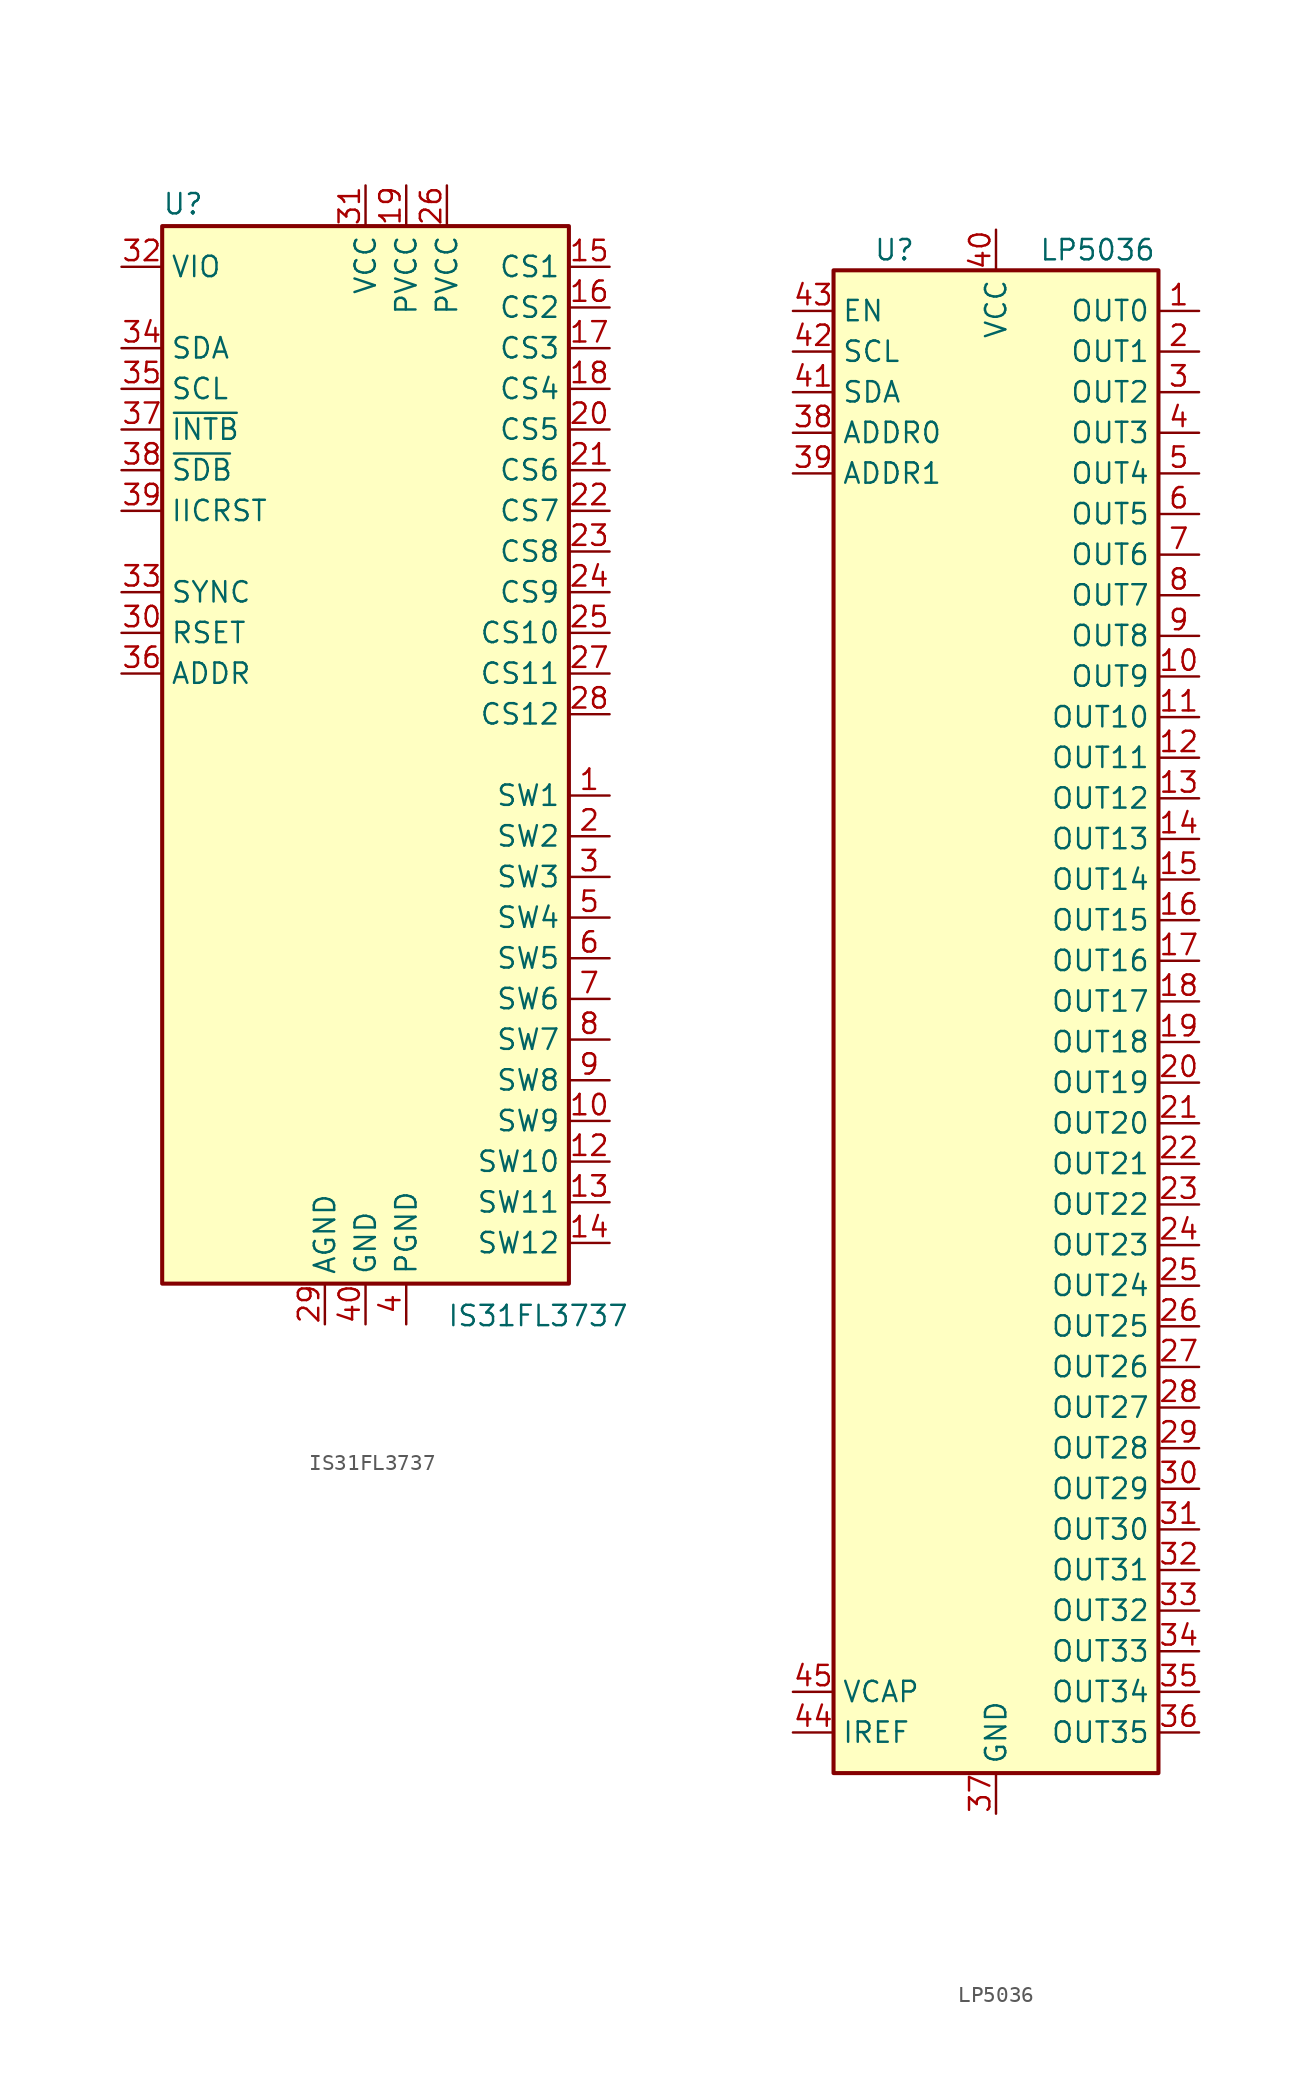
<source format=kicad_sym>
(kicad_symbol_lib
  (version 20201005)
  (generator kicad_symbol_editor)
  (symbol "IS31FL3737"
    (property "Reference" "U"
      (at -12.7 33.655 0)
      (effects (font (size 1.27 1.27)) (justify left bottom)))
    (property "Value" "IS31FL3737"
      (at 5.08 -34.29 0)
      (effects (font (size 1.27 1.27)) (justify left top)))
    (symbol "IS31FL3737_0_1"
      (rectangle (start -12.7 33.02) (end 12.7 -33.02) (stroke (width 0.254)) (fill (type background))))
    (symbol "IS31FL3737_1_1"
      (pin input line (at 15.24 -2.54 180) (length 2.54) (name "SW1" (effects (font (size 1.27 1.27)))) (number "1" (effects (font (size 1.27 1.27)))))
      (pin input line (at 15.24 -22.86 180) (length 2.54) (name "SW9" (effects (font (size 1.27 1.27)))) (number "10" (effects (font (size 1.27 1.27)))))
      (pin passive line (at 2.54 -35.56 90) (length 2.54) hide (name "PGND" (effects (font (size 1.27 1.27)))) (number "11" (effects (font (size 1.27 1.27)))))
      (pin input line (at 15.24 -25.4 180) (length 2.54) (name "SW10" (effects (font (size 1.27 1.27)))) (number "12" (effects (font (size 1.27 1.27)))))
      (pin input line (at 15.24 -27.94 180) (length 2.54) (name "SW11" (effects (font (size 1.27 1.27)))) (number "13" (effects (font (size 1.27 1.27)))))
      (pin input line (at 15.24 -30.48 180) (length 2.54) (name "SW12" (effects (font (size 1.27 1.27)))) (number "14" (effects (font (size 1.27 1.27)))))
      (pin output line (at 15.24 30.48 180) (length 2.54) (name "CS1" (effects (font (size 1.27 1.27)))) (number "15" (effects (font (size 1.27 1.27)))))
      (pin output line (at 15.24 27.94 180) (length 2.54) (name "CS2" (effects (font (size 1.27 1.27)))) (number "16" (effects (font (size 1.27 1.27)))))
      (pin output line (at 15.24 25.4 180) (length 2.54) (name "CS3" (effects (font (size 1.27 1.27)))) (number "17" (effects (font (size 1.27 1.27)))))
      (pin output line (at 15.24 22.86 180) (length 2.54) (name "CS4" (effects (font (size 1.27 1.27)))) (number "18" (effects (font (size 1.27 1.27)))))
      (pin power_in line (at 2.54 35.56 270) (length 2.54) (name "PVCC" (effects (font (size 1.27 1.27)))) (number "19" (effects (font (size 1.27 1.27)))))
      (pin input line (at 15.24 -5.08 180) (length 2.54) (name "SW2" (effects (font (size 1.27 1.27)))) (number "2" (effects (font (size 1.27 1.27)))))
      (pin output line (at 15.24 20.32 180) (length 2.54) (name "CS5" (effects (font (size 1.27 1.27)))) (number "20" (effects (font (size 1.27 1.27)))))
      (pin output line (at 15.24 17.78 180) (length 2.54) (name "CS6" (effects (font (size 1.27 1.27)))) (number "21" (effects (font (size 1.27 1.27)))))
      (pin output line (at 15.24 15.24 180) (length 2.54) (name "CS7" (effects (font (size 1.27 1.27)))) (number "22" (effects (font (size 1.27 1.27)))))
      (pin output line (at 15.24 12.7 180) (length 2.54) (name "CS8" (effects (font (size 1.27 1.27)))) (number "23" (effects (font (size 1.27 1.27)))))
      (pin output line (at 15.24 10.16 180) (length 2.54) (name "CS9" (effects (font (size 1.27 1.27)))) (number "24" (effects (font (size 1.27 1.27)))))
      (pin output line (at 15.24 7.62 180) (length 2.54) (name "CS10" (effects (font (size 1.27 1.27)))) (number "25" (effects (font (size 1.27 1.27)))))
      (pin power_in line (at 5.08 35.56 270) (length 2.54) (name "PVCC" (effects (font (size 1.27 1.27)))) (number "26" (effects (font (size 1.27 1.27)))))
      (pin output line (at 15.24 5.08 180) (length 2.54) (name "CS11" (effects (font (size 1.27 1.27)))) (number "27" (effects (font (size 1.27 1.27)))))
      (pin output line (at 15.24 2.54 180) (length 2.54) (name "CS12" (effects (font (size 1.27 1.27)))) (number "28" (effects (font (size 1.27 1.27)))))
      (pin power_in line (at -2.54 -35.56 90) (length 2.54) (name "AGND" (effects (font (size 1.27 1.27)))) (number "29" (effects (font (size 1.27 1.27)))))
      (pin input line (at 15.24 -7.62 180) (length 2.54) (name "SW3" (effects (font (size 1.27 1.27)))) (number "3" (effects (font (size 1.27 1.27)))))
      (pin passive line (at -15.24 7.62 0) (length 2.54) (name "RSET" (effects (font (size 1.27 1.27)))) (number "30" (effects (font (size 1.27 1.27)))))
      (pin power_in line (at 0 35.56 270) (length 2.54) (name "VCC" (effects (font (size 1.27 1.27)))) (number "31" (effects (font (size 1.27 1.27)))))
      (pin input line (at -15.24 30.48 0) (length 2.54) (name "VIO" (effects (font (size 1.27 1.27)))) (number "32" (effects (font (size 1.27 1.27)))))
      (pin input line (at -15.24 10.16 0) (length 2.54) (name "SYNC" (effects (font (size 1.27 1.27)))) (number "33" (effects (font (size 1.27 1.27)))))
      (pin bidirectional line (at -15.24 25.4 0) (length 2.54) (name "SDA" (effects (font (size 1.27 1.27)))) (number "34" (effects (font (size 1.27 1.27)))))
      (pin input line (at -15.24 22.86 0) (length 2.54) (name "SCL" (effects (font (size 1.27 1.27)))) (number "35" (effects (font (size 1.27 1.27)))))
      (pin input line (at -15.24 5.08 0) (length 2.54) (name "ADDR" (effects (font (size 1.27 1.27)))) (number "36" (effects (font (size 1.27 1.27)))))
      (pin open_collector line (at -15.24 20.32 0) (length 2.54) (name "~INTB" (effects (font (size 1.27 1.27)))) (number "37" (effects (font (size 1.27 1.27)))))
      (pin input line (at -15.24 17.78 0) (length 2.54) (name "~SDB" (effects (font (size 1.27 1.27)))) (number "38" (effects (font (size 1.27 1.27)))))
      (pin input line (at -15.24 15.24 0) (length 2.54) (name "IICRST" (effects (font (size 1.27 1.27)))) (number "39" (effects (font (size 1.27 1.27)))))
      (pin power_in line (at 2.54 -35.56 90) (length 2.54) (name "PGND" (effects (font (size 1.27 1.27)))) (number "4" (effects (font (size 1.27 1.27)))))
      (pin power_in line (at 0 -35.56 90) (length 2.54) (name "GND" (effects (font (size 1.27 1.27)))) (number "40" (effects (font (size 1.27 1.27)))))
      (pin passive line (at 0 -35.56 90) (length 2.54) hide (name "GND" (effects (font (size 1.27 1.27)))) (number "41" (effects (font (size 1.27 1.27)))))
      (pin input line (at 15.24 -10.16 180) (length 2.54) (name "SW4" (effects (font (size 1.27 1.27)))) (number "5" (effects (font (size 1.27 1.27)))))
      (pin input line (at 15.24 -12.7 180) (length 2.54) (name "SW5" (effects (font (size 1.27 1.27)))) (number "6" (effects (font (size 1.27 1.27)))))
      (pin input line (at 15.24 -15.24 180) (length 2.54) (name "SW6" (effects (font (size 1.27 1.27)))) (number "7" (effects (font (size 1.27 1.27)))))
      (pin input line (at 15.24 -17.78 180) (length 2.54) (name "SW7" (effects (font (size 1.27 1.27)))) (number "8" (effects (font (size 1.27 1.27)))))
      (pin input line (at 15.24 -20.32 180) (length 2.54) (name "SW8" (effects (font (size 1.27 1.27)))) (number "9" (effects (font (size 1.27 1.27)))))))
  (symbol "LP5036"
    (property "Reference" "U"
      (at -6.35 49.53 0)
      (effects (font (size 1.27 1.27))))
    (property "Value" "LP5036"
      (at 6.35 49.53 0)
      (effects (font (size 1.27 1.27))))
    (symbol "LP5036_0_1"
      (rectangle (start -10.16 48.26) (end 10.16 -45.72) (stroke (width 0.254)) (fill (type background))))
    (symbol "LP5036_1_1"
      (pin power_out line (at 12.7 45.72 180) (length 2.54) (name "OUT0" (effects (font (size 1.27 1.27)))) (number "1" (effects (font (size 1.27 1.27)))))
      (pin power_out line (at 12.7 22.86 180) (length 2.54) (name "OUT9" (effects (font (size 1.27 1.27)))) (number "10" (effects (font (size 1.27 1.27)))))
      (pin power_out line (at 12.7 20.32 180) (length 2.54) (name "OUT10" (effects (font (size 1.27 1.27)))) (number "11" (effects (font (size 1.27 1.27)))))
      (pin power_out line (at 12.7 17.78 180) (length 2.54) (name "OUT11" (effects (font (size 1.27 1.27)))) (number "12" (effects (font (size 1.27 1.27)))))
      (pin power_out line (at 12.7 15.24 180) (length 2.54) (name "OUT12" (effects (font (size 1.27 1.27)))) (number "13" (effects (font (size 1.27 1.27)))))
      (pin power_out line (at 12.7 12.7 180) (length 2.54) (name "OUT13" (effects (font (size 1.27 1.27)))) (number "14" (effects (font (size 1.27 1.27)))))
      (pin power_out line (at 12.7 10.16 180) (length 2.54) (name "OUT14" (effects (font (size 1.27 1.27)))) (number "15" (effects (font (size 1.27 1.27)))))
      (pin power_out line (at 12.7 7.62 180) (length 2.54) (name "OUT15" (effects (font (size 1.27 1.27)))) (number "16" (effects (font (size 1.27 1.27)))))
      (pin power_out line (at 12.7 5.08 180) (length 2.54) (name "OUT16" (effects (font (size 1.27 1.27)))) (number "17" (effects (font (size 1.27 1.27)))))
      (pin power_out line (at 12.7 2.54 180) (length 2.54) (name "OUT17" (effects (font (size 1.27 1.27)))) (number "18" (effects (font (size 1.27 1.27)))))
      (pin power_out line (at 12.7 0 180) (length 2.54) (name "OUT18" (effects (font (size 1.27 1.27)))) (number "19" (effects (font (size 1.27 1.27)))))
      (pin power_out line (at 12.7 43.18 180) (length 2.54) (name "OUT1" (effects (font (size 1.27 1.27)))) (number "2" (effects (font (size 1.27 1.27)))))
      (pin power_out line (at 12.7 -2.54 180) (length 2.54) (name "OUT19" (effects (font (size 1.27 1.27)))) (number "20" (effects (font (size 1.27 1.27)))))
      (pin power_out line (at 12.7 -5.08 180) (length 2.54) (name "OUT20" (effects (font (size 1.27 1.27)))) (number "21" (effects (font (size 1.27 1.27)))))
      (pin power_out line (at 12.7 -7.62 180) (length 2.54) (name "OUT21" (effects (font (size 1.27 1.27)))) (number "22" (effects (font (size 1.27 1.27)))))
      (pin power_out line (at 12.7 -10.16 180) (length 2.54) (name "OUT22" (effects (font (size 1.27 1.27)))) (number "23" (effects (font (size 1.27 1.27)))))
      (pin power_out line (at 12.7 -12.7 180) (length 2.54) (name "OUT23" (effects (font (size 1.27 1.27)))) (number "24" (effects (font (size 1.27 1.27)))))
      (pin power_out line (at 12.7 -15.24 180) (length 2.54) (name "OUT24" (effects (font (size 1.27 1.27)))) (number "25" (effects (font (size 1.27 1.27)))))
      (pin power_out line (at 12.7 -17.78 180) (length 2.54) (name "OUT25" (effects (font (size 1.27 1.27)))) (number "26" (effects (font (size 1.27 1.27)))))
      (pin power_out line (at 12.7 -20.32 180) (length 2.54) (name "OUT26" (effects (font (size 1.27 1.27)))) (number "27" (effects (font (size 1.27 1.27)))))
      (pin power_out line (at 12.7 -22.86 180) (length 2.54) (name "OUT27" (effects (font (size 1.27 1.27)))) (number "28" (effects (font (size 1.27 1.27)))))
      (pin power_out line (at 12.7 -25.4 180) (length 2.54) (name "OUT28" (effects (font (size 1.27 1.27)))) (number "29" (effects (font (size 1.27 1.27)))))
      (pin power_out line (at 12.7 40.64 180) (length 2.54) (name "OUT2" (effects (font (size 1.27 1.27)))) (number "3" (effects (font (size 1.27 1.27)))))
      (pin power_out line (at 12.7 -27.94 180) (length 2.54) (name "OUT29" (effects (font (size 1.27 1.27)))) (number "30" (effects (font (size 1.27 1.27)))))
      (pin power_out line (at 12.7 -30.48 180) (length 2.54) (name "OUT30" (effects (font (size 1.27 1.27)))) (number "31" (effects (font (size 1.27 1.27)))))
      (pin power_out line (at 12.7 -33.02 180) (length 2.54) (name "OUT31" (effects (font (size 1.27 1.27)))) (number "32" (effects (font (size 1.27 1.27)))))
      (pin power_out line (at 12.7 -35.56 180) (length 2.54) (name "OUT32" (effects (font (size 1.27 1.27)))) (number "33" (effects (font (size 1.27 1.27)))))
      (pin power_out line (at 12.7 -38.1 180) (length 2.54) (name "OUT33" (effects (font (size 1.27 1.27)))) (number "34" (effects (font (size 1.27 1.27)))))
      (pin power_out line (at 12.7 -40.64 180) (length 2.54) (name "OUT34" (effects (font (size 1.27 1.27)))) (number "35" (effects (font (size 1.27 1.27)))))
      (pin power_out line (at 12.7 -43.18 180) (length 2.54) (name "OUT35" (effects (font (size 1.27 1.27)))) (number "36" (effects (font (size 1.27 1.27)))))
      (pin power_in line (at 0 -48.26 90) (length 2.54) (name "GND" (effects (font (size 1.27 1.27)))) (number "37" (effects (font (size 1.27 1.27)))))
      (pin input line (at -12.7 38.1 0) (length 2.54) (name "ADDR0" (effects (font (size 1.27 1.27)))) (number "38" (effects (font (size 1.27 1.27)))))
      (pin input line (at -12.7 35.56 0) (length 2.54) (name "ADDR1" (effects (font (size 1.27 1.27)))) (number "39" (effects (font (size 1.27 1.27)))))
      (pin power_out line (at 12.7 38.1 180) (length 2.54) (name "OUT3" (effects (font (size 1.27 1.27)))) (number "4" (effects (font (size 1.27 1.27)))))
      (pin power_in line (at 0 50.8 270) (length 2.54) (name "VCC" (effects (font (size 1.27 1.27)))) (number "40" (effects (font (size 1.27 1.27)))))
      (pin bidirectional line (at -12.7 40.64 0) (length 2.54) (name "SDA" (effects (font (size 1.27 1.27)))) (number "41" (effects (font (size 1.27 1.27)))))
      (pin input line (at -12.7 43.18 0) (length 2.54) (name "SCL" (effects (font (size 1.27 1.27)))) (number "42" (effects (font (size 1.27 1.27)))))
      (pin input line (at -12.7 45.72 0) (length 2.54) (name "EN" (effects (font (size 1.27 1.27)))) (number "43" (effects (font (size 1.27 1.27)))))
      (pin passive line (at -12.7 -43.18 0) (length 2.54) (name "IREF" (effects (font (size 1.27 1.27)))) (number "44" (effects (font (size 1.27 1.27)))))
      (pin passive line (at -12.7 -40.64 0) (length 2.54) (name "VCAP" (effects (font (size 1.27 1.27)))) (number "45" (effects (font (size 1.27 1.27)))))
      (pin passive line (at 0 -48.26 90) (length 2.54) hide (name "GND" (effects (font (size 1.27 1.27)))) (number "46" (effects (font (size 1.27 1.27)))))
      (pin passive line (at 0 -48.26 90) (length 2.54) hide (name "GND" (effects (font (size 1.27 1.27)))) (number "47" (effects (font (size 1.27 1.27)))))
      (pin power_out line (at 12.7 35.56 180) (length 2.54) (name "OUT4" (effects (font (size 1.27 1.27)))) (number "5" (effects (font (size 1.27 1.27)))))
      (pin power_out line (at 12.7 33.02 180) (length 2.54) (name "OUT5" (effects (font (size 1.27 1.27)))) (number "6" (effects (font (size 1.27 1.27)))))
      (pin power_out line (at 12.7 30.48 180) (length 2.54) (name "OUT6" (effects (font (size 1.27 1.27)))) (number "7" (effects (font (size 1.27 1.27)))))
      (pin power_out line (at 12.7 27.94 180) (length 2.54) (name "OUT7" (effects (font (size 1.27 1.27)))) (number "8" (effects (font (size 1.27 1.27)))))
      (pin power_out line (at 12.7 25.4 180) (length 2.54) (name "OUT8" (effects (font (size 1.27 1.27)))) (number "9" (effects (font (size 1.27 1.27))))))))
</source>
